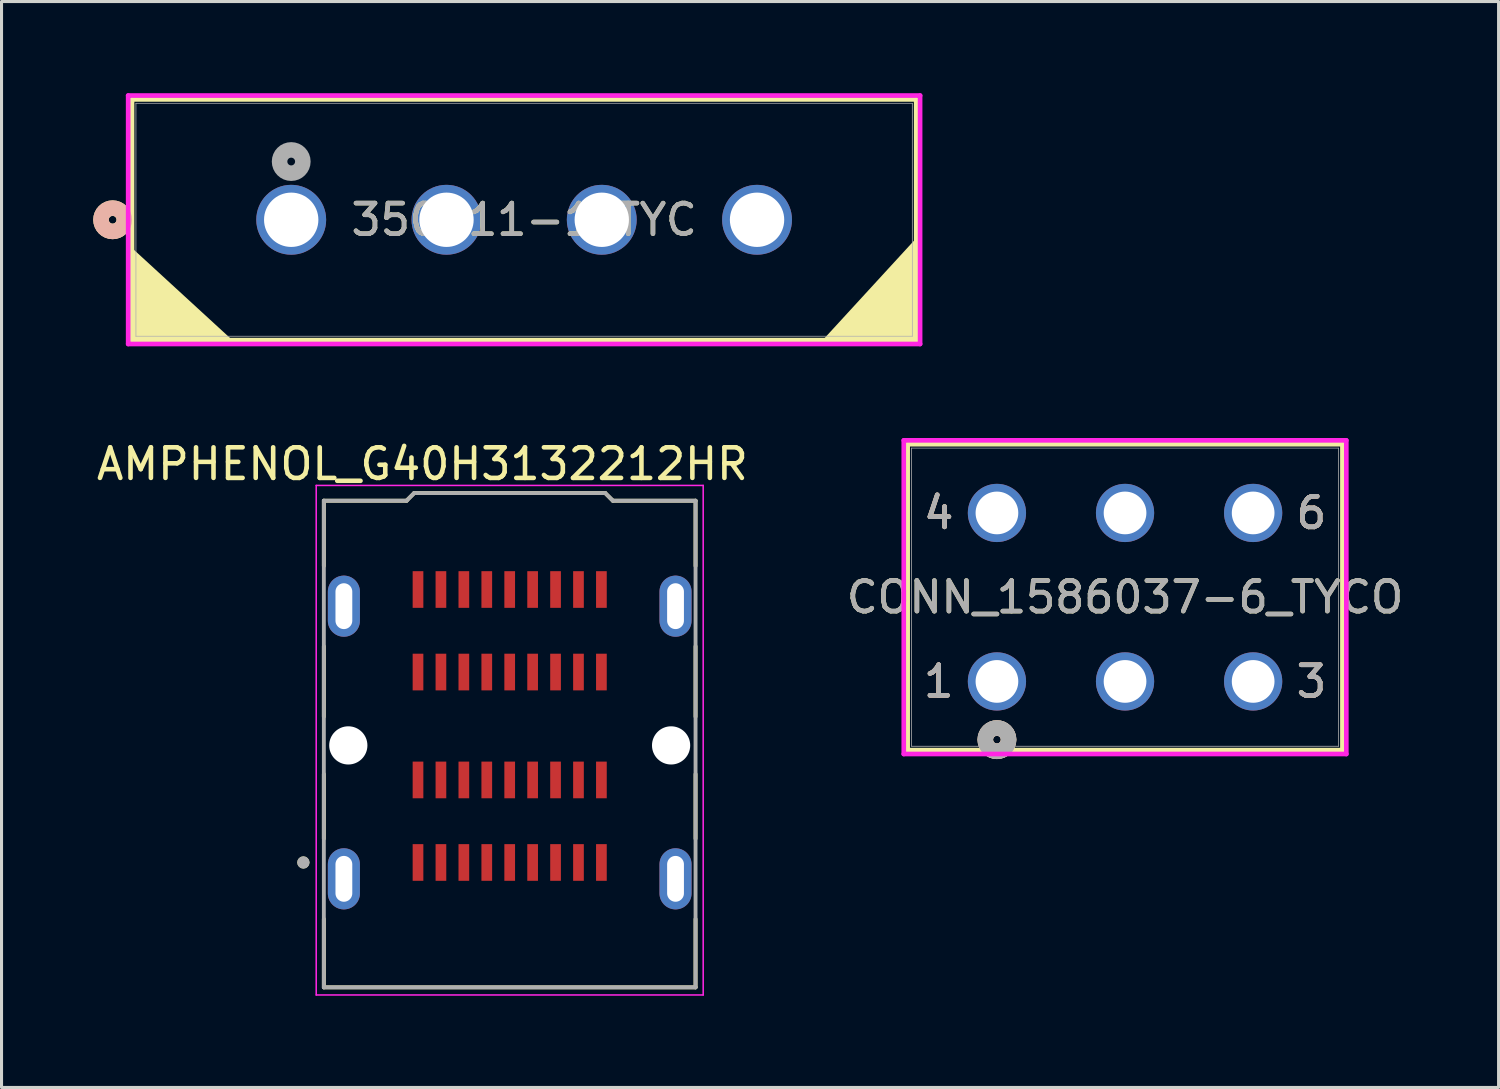
<source format=kicad_pcb>
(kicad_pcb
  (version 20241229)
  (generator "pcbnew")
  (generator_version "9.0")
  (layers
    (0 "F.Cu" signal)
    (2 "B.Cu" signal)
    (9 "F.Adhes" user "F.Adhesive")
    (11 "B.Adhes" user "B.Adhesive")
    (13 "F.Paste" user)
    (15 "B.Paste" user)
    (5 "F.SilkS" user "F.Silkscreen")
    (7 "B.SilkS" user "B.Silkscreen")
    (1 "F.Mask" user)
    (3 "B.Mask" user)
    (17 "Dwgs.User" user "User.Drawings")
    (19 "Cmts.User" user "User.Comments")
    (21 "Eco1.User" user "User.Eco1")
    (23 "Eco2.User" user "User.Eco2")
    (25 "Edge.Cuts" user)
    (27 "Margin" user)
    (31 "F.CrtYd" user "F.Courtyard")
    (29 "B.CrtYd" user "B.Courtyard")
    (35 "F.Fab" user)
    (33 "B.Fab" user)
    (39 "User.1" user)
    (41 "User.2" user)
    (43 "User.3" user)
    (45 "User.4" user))
  (footprint "CONN_1586037-6_TYCO"
    (layer "F.Cu")
    (at 29.565 19.243)
    (property "Reference" "CONN_1586037-6_TYCO" (at 4.191 -2.756 0) (unlocked yes) (layer "F.SilkS") (effects (font (size 1 1) (thickness 0.15))))
    (attr through_hole)
    (fp_line (start -2.921 -7.76) (end -2.921 2.248) (stroke (width 0.152) (type solid)) (layer "F.SilkS"))
    (fp_line (start -2.921 2.248) (end 11.303 2.248) (stroke (width 0.152) (type solid)) (layer "F.SilkS"))
    (fp_line (start 11.303 -7.76) (end -2.921 -7.76) (stroke (width 0.152) (type solid)) (layer "F.SilkS"))
    (fp_line (start 11.303 2.248) (end 11.303 -7.76) (stroke (width 0.152) (type solid)) (layer "F.SilkS"))
    (fp_circle (center 0 1.905) (end 0.381 1.905) (stroke (width 0.508) (type solid)) (fill no) (layer "F.SilkS"))
    (fp_circle (center 0 1.905) (end 0.381 1.905) (stroke (width 0.508) (type solid)) (fill no) (layer "B.SilkS"))
    (fp_line (start -3.048 -7.887) (end -3.048 2.375) (stroke (width 0.152) (type solid)) (layer "F.CrtYd"))
    (fp_line (start -3.048 2.375) (end 11.43 2.375) (stroke (width 0.152) (type solid)) (layer "F.CrtYd"))
    (fp_line (start 11.43 -7.887) (end -3.048 -7.887) (stroke (width 0.152) (type solid)) (layer "F.CrtYd"))
    (fp_line (start 11.43 2.375) (end 11.43 -7.887) (stroke (width 0.152) (type solid)) (layer "F.CrtYd"))
    (fp_line (start -2.794 -7.633) (end -2.794 2.121) (stroke (width 0.025) (type solid)) (layer "F.Fab"))
    (fp_line (start -2.794 2.121) (end 11.176 2.121) (stroke (width 0.025) (type solid)) (layer "F.Fab"))
    (fp_line (start 11.176 -7.633) (end -2.794 -7.633) (stroke (width 0.025) (type solid)) (layer "F.Fab"))
    (fp_line (start 11.176 2.121) (end 11.176 -7.633) (stroke (width 0.025) (type solid)) (layer "F.Fab"))
    (fp_circle (center 0 1.905) (end 0.381 1.905) (stroke (width 0.508) (type solid)) (fill no) (layer "F.Fab"))
    (fp_text user "3" (at 10.287 0 0) (unlocked yes) (layer "F.SilkS") (effects (font (size 1 1) (thickness 0.15))))
    (fp_text user "1" (at -1.905 0 0) (unlocked yes) (layer "F.SilkS") (effects (font (size 1 1) (thickness 0.15))))
    (fp_text user "6" (at 10.287 -5.512 0) (unlocked yes) (layer "F.SilkS") (effects (font (size 1 1) (thickness 0.15))))
    (fp_text user "4" (at -1.905 -5.512 0) (unlocked yes) (layer "F.SilkS") (effects (font (size 1 1) (thickness 0.15))))
    (fp_text user "1" (at -1.905 0 0) (unlocked yes) (layer "B.SilkS") (effects (font (size 1 1) (thickness 0.15))))
    (fp_text user "3" (at 10.287 0 0) (unlocked yes) (layer "B.SilkS") (effects (font (size 1 1) (thickness 0.15))))
    (fp_text user "6" (at 10.287 -5.512 0) (unlocked yes) (layer "B.SilkS") (effects (font (size 1 1) (thickness 0.15))))
    (fp_text user "4" (at -1.905 -5.512 0) (unlocked yes) (layer "B.SilkS") (effects (font (size 1 1) (thickness 0.15))))
    (fp_text user "4" (at -1.905 -5.512 0) (unlocked yes) (layer "F.Fab") (effects (font (size 1 1) (thickness 0.15))))
    (fp_text user "${REFERENCE}" (at 4.191 -2.756 0) (unlocked yes) (layer "F.Fab") (effects (font (size 1 1) (thickness 0.15))))
    (fp_text user "3" (at 10.287 0 0) (unlocked yes) (layer "F.Fab") (effects (font (size 1 1) (thickness 0.15))))
    (fp_text user "6" (at 10.287 -5.512 0) (unlocked yes) (layer "F.Fab") (effects (font (size 1 1) (thickness 0.15))))
    (fp_text user "1" (at -1.905 0 0) (unlocked yes) (layer "F.Fab") (effects (font (size 1 1) (thickness 0.15))))
    (pad "1" thru_hole circle (at 0 0) (size 1.905 1.905) (drill 1.397) (layers "*.Cu" "*.Mask"))
    (pad "2" thru_hole circle (at 4.191 0) (size 1.905 1.905) (drill 1.397) (layers "*.Cu" "*.Mask"))
    (pad "3" thru_hole circle (at 8.382 0) (size 1.905 1.905) (drill 1.397) (layers "*.Cu" "*.Mask"))
    (pad "4" thru_hole circle (at 0 -5.512) (size 1.905 1.905) (drill 1.397) (layers "*.Cu" "*.Mask"))
    (pad "5" thru_hole circle (at 4.191 -5.512) (size 1.905 1.905) (drill 1.397) (layers "*.Cu" "*.Mask"))
    (pad "6" thru_hole circle (at 8.382 -5.512) (size 1.905 1.905) (drill 1.397) (layers "*.Cu" "*.Mask")))
  (footprint "350211-1_TYC"
    (layer "F.Cu")
    (at 6.477 4.14)
    (property "Reference" "350211-1_TYC" (at 7.62 0 0) (unlocked yes) (layer "F.SilkS") (effects (font (size 1 1) (thickness 0.15))))
    (attr through_hole)
    (fp_line (start -5.207 -3.937) (end -5.207 3.937) (stroke (width 0.152) (type solid)) (layer "F.SilkS"))
    (fp_line (start -5.207 3.937) (end 20.447 3.937) (stroke (width 0.152) (type solid)) (layer "F.SilkS"))
    (fp_line (start 20.447 -3.937) (end -5.207 -3.937) (stroke (width 0.152) (type solid)) (layer "F.SilkS"))
    (fp_line (start 20.447 3.937) (end 20.447 -3.937) (stroke (width 0.152) (type solid)) (layer "F.SilkS"))
    (fp_circle (center -5.842 0) (end -5.461 0) (stroke (width 0.508) (type solid)) (fill no) (layer "F.SilkS"))
    (fp_poly (pts (xy -5.207 3.937) (xy -2 3.937) (xy -5.2 1)) (stroke (width 0.1) (type solid)) (fill yes) (layer "F.SilkS"))
    (fp_poly (pts (xy 20.399 3.938) (xy 20.399 0.731) (xy 17.462 3.931)) (stroke (width 0.1) (type solid)) (fill yes) (layer "F.SilkS"))
    (fp_circle (center -5.842 0) (end -5.461 0) (stroke (width 0.508) (type solid)) (fill no) (layer "B.SilkS"))
    (fp_line (start -5.334 -4.064) (end -5.334 4.064) (stroke (width 0.152) (type solid)) (layer "F.CrtYd"))
    (fp_line (start -5.334 4.064) (end 20.574 4.064) (stroke (width 0.152) (type solid)) (layer "F.CrtYd"))
    (fp_line (start 20.574 -4.064) (end -5.334 -4.064) (stroke (width 0.152) (type solid)) (layer "F.CrtYd"))
    (fp_line (start 20.574 4.064) (end 20.574 -4.064) (stroke (width 0.152) (type solid)) (layer "F.CrtYd"))
    (fp_line (start -5.08 -3.81) (end -5.08 3.81) (stroke (width 0.025) (type solid)) (layer "F.Fab"))
    (fp_line (start -5.08 3.81) (end 20.32 3.81) (stroke (width 0.025) (type solid)) (layer "F.Fab"))
    (fp_line (start 20.32 -3.81) (end -5.08 -3.81) (stroke (width 0.025) (type solid)) (layer "F.Fab"))
    (fp_line (start 20.32 3.81) (end 20.32 -3.81) (stroke (width 0.025) (type solid)) (layer "F.Fab"))
    (fp_circle (center 0 -1.905) (end 0.381 -1.905) (stroke (width 0.508) (type solid)) (fill no) (layer "F.Fab"))
    (fp_text user "${REFERENCE}" (at 7.62 0 0) (unlocked yes) (layer "F.Fab") (effects (font (size 1 1) (thickness 0.15))))
    (pad "1" thru_hole circle (at 0 0) (size 2.286 2.286) (drill 1.778) (layers "*.Cu" "*.Mask"))
    (pad "2" thru_hole circle (at 5.08 0) (size 2.286 2.286) (drill 1.778) (layers "*.Cu" "*.Mask"))
    (pad "3" thru_hole circle (at 10.16 0) (size 2.286 2.286) (drill 1.778) (layers "*.Cu" "*.Mask"))
    (pad "4" thru_hole circle (at 15.24 0) (size 2.286 2.286) (drill 1.778) (layers "*.Cu" "*.Mask")))
  (footprint "AMPHENOL_G40H3132212HR"
    (layer "F.Cu")
    (at 13.625 20.701)
    (property "Reference" "AMPHENOL_G40H3132212HR" (at -2.857 -8.572 0) (layer "F.SilkS") (effects (font (size 1 1) (thickness 0.15))))
    (attr smd)
    (fp_line (start -6.08 -7.37) (end -6.08 -5.234) (stroke (width 0.127) (type solid)) (layer "F.SilkS"))
    (fp_line (start -6.08 -7.37) (end -3.375 -7.37) (stroke (width 0.127) (type solid)) (layer "F.SilkS"))
    (fp_line (start -6.08 -2.606) (end -6.08 -0.304) (stroke (width 0.127) (type solid)) (layer "F.SilkS"))
    (fp_line (start -6.08 1.574) (end -6.08 3.686) (stroke (width 0.127) (type solid)) (layer "F.SilkS"))
    (fp_line (start -6.08 6.314) (end -6.08 8.55) (stroke (width 0.127) (type solid)) (layer "F.SilkS"))
    (fp_line (start -6.08 8.55) (end 6.08 8.55) (stroke (width 0.127) (type solid)) (layer "F.SilkS"))
    (fp_line (start -3.375 -7.37) (end -3.125 -7.62) (stroke (width 0.127) (type solid)) (layer "F.SilkS"))
    (fp_line (start -3.125 -7.62) (end 3.125 -7.62) (stroke (width 0.127) (type solid)) (layer "F.SilkS"))
    (fp_line (start 3.125 -7.62) (end 3.375 -7.37) (stroke (width 0.127) (type solid)) (layer "F.SilkS"))
    (fp_line (start 3.375 -7.37) (end 6.08 -7.37) (stroke (width 0.127) (type solid)) (layer "F.SilkS"))
    (fp_line (start 6.08 -7.37) (end 6.08 -5.234) (stroke (width 0.127) (type solid)) (layer "F.SilkS"))
    (fp_line (start 6.08 -2.606) (end 6.08 -0.304) (stroke (width 0.127) (type solid)) (layer "F.SilkS"))
    (fp_line (start 6.08 1.574) (end 6.08 3.686) (stroke (width 0.127) (type solid)) (layer "F.SilkS"))
    (fp_line (start 6.08 6.314) (end 6.08 8.55) (stroke (width 0.127) (type solid)) (layer "F.SilkS"))
    (fp_circle (center -6.75 4.465) (end -6.65 4.465) (stroke (width 0.2) (type solid)) (fill no) (layer "F.SilkS"))
    (fp_line (start -6.33 -7.87) (end -6.33 8.8) (stroke (width 0.05) (type solid)) (layer "F.CrtYd"))
    (fp_line (start -6.33 8.8) (end 6.33 8.8) (stroke (width 0.05) (type solid)) (layer "F.CrtYd"))
    (fp_line (start 6.33 -7.87) (end -6.33 -7.87) (stroke (width 0.05) (type solid)) (layer "F.CrtYd"))
    (fp_line (start 6.33 8.8) (end 6.33 -7.87) (stroke (width 0.05) (type solid)) (layer "F.CrtYd"))
    (fp_line (start -6.08 -7.37) (end -6.08 8.55) (stroke (width 0.127) (type solid)) (layer "F.Fab"))
    (fp_line (start -6.08 -7.37) (end -3.375 -7.37) (stroke (width 0.127) (type solid)) (layer "F.Fab"))
    (fp_line (start -6.08 8.55) (end 6.08 8.55) (stroke (width 0.127) (type solid)) (layer "F.Fab"))
    (fp_line (start -3.375 -7.37) (end -3.125 -7.62) (stroke (width 0.127) (type solid)) (layer "F.Fab"))
    (fp_line (start -3.125 -7.62) (end 3.125 -7.62) (stroke (width 0.127) (type solid)) (layer "F.Fab"))
    (fp_line (start 3.125 -7.62) (end 3.375 -7.37) (stroke (width 0.127) (type solid)) (layer "F.Fab"))
    (fp_line (start 3.375 -7.37) (end 6.08 -7.37) (stroke (width 0.127) (type solid)) (layer "F.Fab"))
    (fp_line (start 6.08 -7.37) (end 6.08 8.55) (stroke (width 0.127) (type solid)) (layer "F.Fab"))
    (fp_circle (center -6.75 4.465) (end -6.65 4.465) (stroke (width 0.2) (type solid)) (fill no) (layer "F.Fab"))
    (pad "" np_thru_hole circle (at -5.28 0.635) (size 1.25 1.25) (drill 1.25) (layers "*.Cu" "*.Mask"))
    (pad "" np_thru_hole circle (at 5.28 0.635) (size 1.25 1.25) (drill 1.25) (layers "*.Cu" "*.Mask"))
    (pad "A1" smd rect (at -3 4.465) (size 0.35 1.2) (layers "F.Cu" "F.Mask" "F.Paste"))
    (pad "A2" smd rect (at -2.25 4.465) (size 0.35 1.2) (layers "F.Cu" "F.Mask" "F.Paste"))
    (pad "A3" smd rect (at -1.5 4.465) (size 0.35 1.2) (layers "F.Cu" "F.Mask" "F.Paste"))
    (pad "A4" smd rect (at -0.75 4.465) (size 0.35 1.2) (layers "F.Cu" "F.Mask" "F.Paste"))
    (pad "A5" smd rect (at 0 4.465) (size 0.35 1.2) (layers "F.Cu" "F.Mask" "F.Paste"))
    (pad "A6" smd rect (at 0.75 4.465) (size 0.35 1.2) (layers "F.Cu" "F.Mask" "F.Paste"))
    (pad "A7" smd rect (at 1.5 4.465) (size 0.35 1.2) (layers "F.Cu" "F.Mask" "F.Paste"))
    (pad "A8" smd rect (at 2.25 4.465) (size 0.35 1.2) (layers "F.Cu" "F.Mask" "F.Paste"))
    (pad "A9" smd rect (at 3 4.465) (size 0.35 1.2) (layers "F.Cu" "F.Mask" "F.Paste"))
    (pad "B1" smd rect (at -3 1.765) (size 0.35 1.2) (layers "F.Cu" "F.Mask" "F.Paste"))
    (pad "B2" smd rect (at -2.25 1.765) (size 0.35 1.2) (layers "F.Cu" "F.Mask" "F.Paste"))
    (pad "B3" smd rect (at -1.5 1.765) (size 0.35 1.2) (layers "F.Cu" "F.Mask" "F.Paste"))
    (pad "B4" smd rect (at -0.75 1.765) (size 0.35 1.2) (layers "F.Cu" "F.Mask" "F.Paste"))
    (pad "B5" smd rect (at 0 1.765) (size 0.35 1.2) (layers "F.Cu" "F.Mask" "F.Paste"))
    (pad "B6" smd rect (at 0.75 1.765) (size 0.35 1.2) (layers "F.Cu" "F.Mask" "F.Paste"))
    (pad "B7" smd rect (at 1.5 1.765) (size 0.35 1.2) (layers "F.Cu" "F.Mask" "F.Paste"))
    (pad "B8" smd rect (at 2.25 1.765) (size 0.35 1.2) (layers "F.Cu" "F.Mask" "F.Paste"))
    (pad "B9" smd rect (at 3 1.765) (size 0.35 1.2) (layers "F.Cu" "F.Mask" "F.Paste"))
    (pad "C1" smd rect (at -3 -1.765) (size 0.35 1.2) (layers "F.Cu" "F.Mask" "F.Paste"))
    (pad "C2" smd rect (at -2.25 -1.765) (size 0.35 1.2) (layers "F.Cu" "F.Mask" "F.Paste"))
    (pad "C3" smd rect (at -1.5 -1.765) (size 0.35 1.2) (layers "F.Cu" "F.Mask" "F.Paste"))
    (pad "C4" smd rect (at -0.75 -1.765) (size 0.35 1.2) (layers "F.Cu" "F.Mask" "F.Paste"))
    (pad "C5" smd rect (at 0 -1.765) (size 0.35 1.2) (layers "F.Cu" "F.Mask" "F.Paste"))
    (pad "C6" smd rect (at 0.75 -1.765) (size 0.35 1.2) (layers "F.Cu" "F.Mask" "F.Paste"))
    (pad "C7" smd rect (at 1.5 -1.765) (size 0.35 1.2) (layers "F.Cu" "F.Mask" "F.Paste"))
    (pad "C8" smd rect (at 2.25 -1.765) (size 0.35 1.2) (layers "F.Cu" "F.Mask" "F.Paste"))
    (pad "C9" smd rect (at 3 -1.765) (size 0.35 1.2) (layers "F.Cu" "F.Mask" "F.Paste"))
    (pad "D1" smd rect (at -3 -4.465) (size 0.35 1.2) (layers "F.Cu" "F.Mask" "F.Paste"))
    (pad "D2" smd rect (at -2.25 -4.465) (size 0.35 1.2) (layers "F.Cu" "F.Mask" "F.Paste"))
    (pad "D3" smd rect (at -1.5 -4.465) (size 0.35 1.2) (layers "F.Cu" "F.Mask" "F.Paste"))
    (pad "D4" smd rect (at -0.75 -4.465) (size 0.35 1.2) (layers "F.Cu" "F.Mask" "F.Paste"))
    (pad "D5" smd rect (at 0 -4.465) (size 0.35 1.2) (layers "F.Cu" "F.Mask" "F.Paste"))
    (pad "D6" smd rect (at 0.75 -4.465) (size 0.35 1.2) (layers "F.Cu" "F.Mask" "F.Paste"))
    (pad "D7" smd rect (at 1.5 -4.465) (size 0.35 1.2) (layers "F.Cu" "F.Mask" "F.Paste"))
    (pad "D8" smd rect (at 2.25 -4.465) (size 0.35 1.2) (layers "F.Cu" "F.Mask" "F.Paste"))
    (pad "D9" smd rect (at 3 -4.465) (size 0.35 1.2) (layers "F.Cu" "F.Mask" "F.Paste"))
    (pad "SH1" thru_hole oval (at -5.425 -3.92) (size 1.05 2) (drill oval 0.55 1.5) (layers "*.Cu" "*.Mask"))
    (pad "SH2" thru_hole oval (at 5.425 -3.92) (size 1.05 2) (drill oval 0.55 1.5) (layers "*.Cu" "*.Mask"))
    (pad "SH3" thru_hole oval (at -5.425 5) (size 1.05 2) (drill oval 0.55 1.5) (layers "*.Cu" "*.Mask"))
    (pad "SH4" thru_hole oval (at 5.425 5) (size 1.05 2) (drill oval 0.55 1.5) (layers "*.Cu" "*.Mask")))
  (gr_rect
    (start -3 -3)
    (end 45.976 32.526)
    (stroke (width 0.1) (type default))
    (fill no)
    (layer "Edge.Cuts")))
</source>
